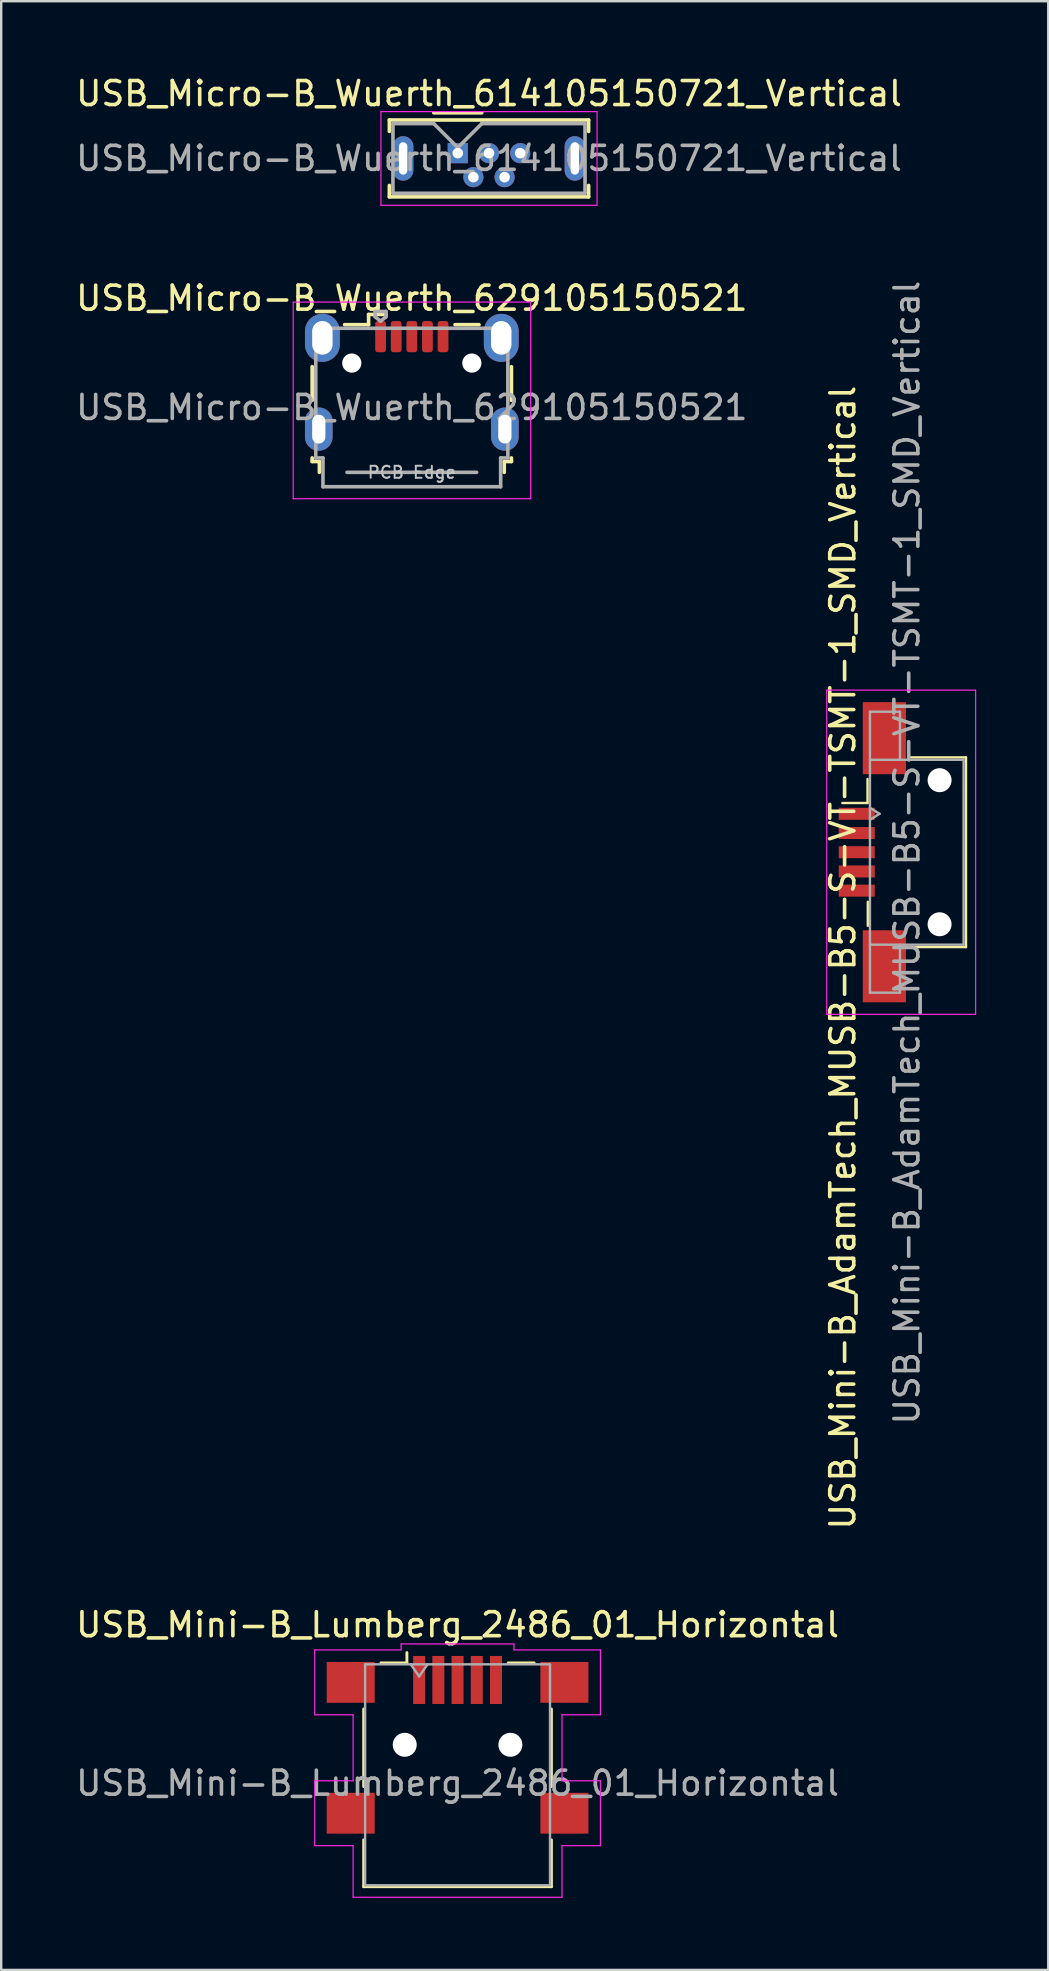
<source format=kicad_pcb>
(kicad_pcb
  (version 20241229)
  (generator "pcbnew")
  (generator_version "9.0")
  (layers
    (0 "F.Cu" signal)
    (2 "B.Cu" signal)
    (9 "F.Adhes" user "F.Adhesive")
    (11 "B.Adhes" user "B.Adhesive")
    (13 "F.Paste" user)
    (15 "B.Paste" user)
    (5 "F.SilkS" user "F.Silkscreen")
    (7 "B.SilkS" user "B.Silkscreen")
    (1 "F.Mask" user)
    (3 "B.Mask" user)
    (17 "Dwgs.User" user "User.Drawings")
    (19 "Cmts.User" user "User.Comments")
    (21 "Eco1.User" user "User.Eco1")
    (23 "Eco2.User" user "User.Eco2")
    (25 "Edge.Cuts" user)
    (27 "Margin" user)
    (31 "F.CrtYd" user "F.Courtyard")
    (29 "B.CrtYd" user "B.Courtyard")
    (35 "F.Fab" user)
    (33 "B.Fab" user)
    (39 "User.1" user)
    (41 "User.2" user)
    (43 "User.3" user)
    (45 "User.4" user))
  (footprint "USB_Mini-B_Lumberg_2486_01_Horizontal"
    (layer "F.Cu")
    (at 16.006 69.616)
    (property "Reference" "USB_Mini-B_Lumberg_2486_01_Horizontal" (at 0 -5 0) (layer "F.SilkS") (effects (font (size 1 1) (thickness 0.15))))
    (attr smd)
    (fp_line (start -3.91 1.74) (end -3.91 -1.49) (stroke (width 0.12) (type solid)) (layer "F.SilkS"))
    (fp_line (start -3.91 5.91) (end -3.91 3.96) (stroke (width 0.12) (type solid)) (layer "F.SilkS"))
    (fp_line (start -3.19 -3.41) (end -2.11 -3.41) (stroke (width 0.12) (type solid)) (layer "F.SilkS"))
    (fp_line (start -2.11 -3.41) (end -2.11 -3.84) (stroke (width 0.12) (type solid)) (layer "F.SilkS"))
    (fp_line (start 2.11 -3.41) (end 3.19 -3.41) (stroke (width 0.12) (type solid)) (layer "F.SilkS"))
    (fp_line (start 3.91 1.74) (end 3.91 -1.49) (stroke (width 0.12) (type solid)) (layer "F.SilkS"))
    (fp_line (start 3.91 5.91) (end -3.91 5.91) (stroke (width 0.12) (type solid)) (layer "F.SilkS"))
    (fp_line (start 3.91 5.91) (end 3.91 3.96) (stroke (width 0.12) (type solid)) (layer "F.SilkS"))
    (fp_line (start -5.95 -3.95) (end -5.95 -1.25) (stroke (width 0.05) (type solid)) (layer "F.CrtYd"))
    (fp_line (start -5.95 -3.95) (end -2.35 -3.95) (stroke (width 0.05) (type solid)) (layer "F.CrtYd"))
    (fp_line (start -5.95 1.5) (end -5.95 4.2) (stroke (width 0.05) (type solid)) (layer "F.CrtYd"))
    (fp_line (start -4.35 -1.25) (end -5.95 -1.25) (stroke (width 0.05) (type solid)) (layer "F.CrtYd"))
    (fp_line (start -4.35 -1.25) (end -4.35 1.5) (stroke (width 0.05) (type solid)) (layer "F.CrtYd"))
    (fp_line (start -4.35 1.5) (end -5.95 1.5) (stroke (width 0.05) (type solid)) (layer "F.CrtYd"))
    (fp_line (start -4.35 4.2) (end -5.95 4.2) (stroke (width 0.05) (type solid)) (layer "F.CrtYd"))
    (fp_line (start -4.35 6.35) (end -4.35 4.2) (stroke (width 0.05) (type solid)) (layer "F.CrtYd"))
    (fp_line (start -4.35 6.35) (end 4.35 6.35) (stroke (width 0.05) (type solid)) (layer "F.CrtYd"))
    (fp_line (start -2.35 -3.95) (end -2.35 -4.2) (stroke (width 0.05) (type solid)) (layer "F.CrtYd"))
    (fp_line (start 2.35 -4.2) (end -2.35 -4.2) (stroke (width 0.05) (type solid)) (layer "F.CrtYd"))
    (fp_line (start 2.35 -3.95) (end 2.35 -4.2) (stroke (width 0.05) (type solid)) (layer "F.CrtYd"))
    (fp_line (start 4.35 -1.25) (end 4.35 1.5) (stroke (width 0.05) (type solid)) (layer "F.CrtYd"))
    (fp_line (start 4.35 -1.25) (end 5.95 -1.25) (stroke (width 0.05) (type solid)) (layer "F.CrtYd"))
    (fp_line (start 4.35 1.5) (end 5.95 1.5) (stroke (width 0.05) (type solid)) (layer "F.CrtYd"))
    (fp_line (start 4.35 4.2) (end 5.95 4.2) (stroke (width 0.05) (type solid)) (layer "F.CrtYd"))
    (fp_line (start 4.35 6.35) (end 4.35 4.2) (stroke (width 0.05) (type solid)) (layer "F.CrtYd"))
    (fp_line (start 5.95 -3.95) (end 2.35 -3.95) (stroke (width 0.05) (type solid)) (layer "F.CrtYd"))
    (fp_line (start 5.95 -3.95) (end 5.95 -1.25) (stroke (width 0.05) (type solid)) (layer "F.CrtYd"))
    (fp_line (start 5.95 1.5) (end 5.95 4.2) (stroke (width 0.05) (type solid)) (layer "F.CrtYd"))
    (fp_line (start -3.85 -3.35) (end -3.85 5.85) (stroke (width 0.1) (type solid)) (layer "F.Fab"))
    (fp_line (start -3.85 -3.35) (end 3.85 -3.35) (stroke (width 0.1) (type solid)) (layer "F.Fab"))
    (fp_line (start -3.85 5.85) (end 3.85 5.85) (stroke (width 0.1) (type solid)) (layer "F.Fab"))
    (fp_line (start -1.95 -3.35) (end -1.6 -2.85) (stroke (width 0.1) (type solid)) (layer "F.Fab"))
    (fp_line (start -1.6 -2.85) (end -1.25 -3.35) (stroke (width 0.1) (type solid)) (layer "F.Fab"))
    (fp_line (start 3.85 5.85) (end 3.85 -3.35) (stroke (width 0.1) (type solid)) (layer "F.Fab"))
    (fp_text user "${REFERENCE}" (at 0 1.6 180) (layer "F.Fab") (effects (font (size 1 1) (thickness 0.15))))
    (pad "" np_thru_hole circle (at -2.2 0) (size 1 1) (drill 1) (layers "*.Cu" "*.Mask"))
    (pad "" np_thru_hole circle (at 2.2 0) (size 1 1) (drill 1) (layers "*.Cu" "*.Mask"))
    (pad "1" smd rect (at -1.6 -2.7) (size 0.5 2) (layers "F.Cu" "F.Mask" "F.Paste"))
    (pad "2" smd rect (at -0.8 -2.7) (size 0.5 2) (layers "F.Cu" "F.Mask" "F.Paste"))
    (pad "3" smd rect (at 0 -2.7) (size 0.5 2) (layers "F.Cu" "F.Mask" "F.Paste"))
    (pad "4" smd rect (at 0.8 -2.7) (size 0.5 2) (layers "F.Cu" "F.Mask" "F.Paste"))
    (pad "5" smd rect (at 1.6 -2.7) (size 0.5 2) (layers "F.Cu" "F.Mask" "F.Paste"))
    (pad "SH" smd rect (at -4.45 -2.6) (size 2 1.7) (layers "F.Cu" "F.Mask" "F.Paste"))
    (pad "SH" smd rect (at -4.45 2.85) (size 2 1.7) (layers "F.Cu" "F.Mask" "F.Paste"))
    (pad "SH" smd rect (at 4.45 -2.6) (size 2 1.7) (layers "F.Cu" "F.Mask" "F.Paste"))
    (pad "SH" smd rect (at 4.45 2.85) (size 2 1.7) (layers "F.Cu" "F.Mask" "F.Paste")))
  (footprint "USB_Mini-B_AdamTech_MUSB-B5-S-VT-TSMT-1_SMD_Vertical"
    (layer "F.Cu")
    (at 34.231 32.443)
    (property "Reference" "USB_Mini-B_AdamTech_MUSB-B5-S-VT-TSMT-1_SMD_Vertical" (at -2.18 4.39 90) (layer "F.SilkS") (effects (font (size 1 1) (thickness 0.15))))
    (attr smd)
    (fp_line (start -2.2 -2.05) (end -1.15 -2.05) (stroke (width 0.1) (type solid)) (layer "F.SilkS"))
    (fp_line (start -1.15 -2.05) (end -1.15 -3.05) (stroke (width 0.1) (type solid)) (layer "F.SilkS"))
    (fp_line (start -1.139 2.064) (end -1.139 3.064) (stroke (width 0.1) (type solid)) (layer "F.SilkS"))
    (fp_line (start 0.65 3.95) (end 2.95 3.95) (stroke (width 0.1) (type solid)) (layer "F.SilkS"))
    (fp_line (start 2.95 -3.95) (end 0.65 -3.95) (stroke (width 0.1) (type solid)) (layer "F.SilkS"))
    (fp_line (start 2.95 3.95) (end 2.95 -3.95) (stroke (width 0.1) (type solid)) (layer "F.SilkS"))
    (fp_line (start -2.85 -6.75) (end 3.35 -6.75) (stroke (width 0.05) (type solid)) (layer "F.CrtYd"))
    (fp_line (start -2.85 6.75) (end -2.85 -6.75) (stroke (width 0.05) (type solid)) (layer "F.CrtYd"))
    (fp_line (start 3.35 -6.75) (end 3.35 6.75) (stroke (width 0.05) (type solid)) (layer "F.CrtYd"))
    (fp_line (start 3.35 6.75) (end -2.85 6.75) (stroke (width 0.05) (type solid)) (layer "F.CrtYd"))
    (fp_line (start -1.05 -5.85) (end -1.05 5.85) (stroke (width 0.1) (type solid)) (layer "F.Fab"))
    (fp_line (start -1.05 -5.85) (end 0.2 -5.85) (stroke (width 0.1) (type solid)) (layer "F.Fab"))
    (fp_line (start -1.05 -1.85) (end -0.65 -1.6) (stroke (width 0.1) (type solid)) (layer "F.Fab"))
    (fp_line (start -1.05 3.85) (end 2.85 3.85) (stroke (width 0.1) (type solid)) (layer "F.Fab"))
    (fp_line (start -1.05 5.85) (end 0.2 5.85) (stroke (width 0.1) (type solid)) (layer "F.Fab"))
    (fp_line (start -0.65 -1.6) (end -1.05 -1.35) (stroke (width 0.1) (type solid)) (layer "F.Fab"))
    (fp_line (start 0.2 -5.85) (end 0.2 -3.85) (stroke (width 0.1) (type solid)) (layer "F.Fab"))
    (fp_line (start 0.2 5.85) (end 0.2 3.85) (stroke (width 0.1) (type solid)) (layer "F.Fab"))
    (fp_line (start 2.85 -3.85) (end -1.05 -3.85) (stroke (width 0.1) (type solid)) (layer "F.Fab"))
    (fp_line (start 2.85 3.85) (end 2.85 -3.85) (stroke (width 0.1) (type solid)) (layer "F.Fab"))
    (fp_text user "${REFERENCE}" (at 0.49 0.015 90) (layer "F.Fab") (effects (font (size 1 1) (thickness 0.15))))
    (pad "" np_thru_hole circle (at 1.85 -3 90) (size 1 1) (drill 1) (layers "*.Cu" "*.Mask"))
    (pad "" np_thru_hole circle (at 1.85 3 90) (size 1 1) (drill 1) (layers "*.Cu" "*.Mask"))
    (pad "1" smd rect (at -1.6 -1.6 90) (size 0.5 1.5) (layers "F.Cu" "F.Mask" "F.Paste"))
    (pad "2" smd rect (at -1.6 -0.8 90) (size 0.5 1.5) (layers "F.Cu" "F.Mask" "F.Paste"))
    (pad "3" smd rect (at -1.6 0 90) (size 0.5 1.5) (layers "F.Cu" "F.Mask" "F.Paste"))
    (pad "4" smd rect (at -1.6 0.8 90) (size 0.5 1.5) (layers "F.Cu" "F.Mask" "F.Paste"))
    (pad "5" smd rect (at -1.6 1.6 90) (size 0.5 1.5) (layers "F.Cu" "F.Mask" "F.Paste"))
    (pad "SH" smd rect (at -0.45 -4.75 90) (size 3 1.8) (layers "F.Cu" "F.Mask" "F.Paste"))
    (pad "SH" smd rect (at -0.45 4.75 90) (size 3 1.8) (layers "F.Cu" "F.Mask" "F.Paste")))
  (footprint "USB_Micro-B_Wuerth_629105150521"
    (layer "F.Cu")
    (at 14.101 12.871)
    (property "Reference" "USB_Micro-B_Wuerth_629105150521" (at 0 -3.5 0) (layer "F.SilkS") (effects (font (size 1 1) (thickness 0.15))))
    (attr smd)
    (fp_line (start -4.15 -0.65) (end -4.15 0.75) (stroke (width 0.15) (type solid)) (layer "F.SilkS"))
    (fp_line (start -4.15 3.15) (end -4.15 3.3) (stroke (width 0.15) (type solid)) (layer "F.SilkS"))
    (fp_line (start -4.15 3.3) (end -3.85 3.3) (stroke (width 0.15) (type solid)) (layer "F.SilkS"))
    (fp_line (start -3.85 3.3) (end -3.85 3.75) (stroke (width 0.15) (type solid)) (layer "F.SilkS"))
    (fp_line (start -1.8 -2.825) (end -1.8 -2.4) (stroke (width 0.15) (type solid)) (layer "F.SilkS"))
    (fp_line (start -1.8 -2.4) (end -2.8 -2.4) (stroke (width 0.15) (type solid)) (layer "F.SilkS"))
    (fp_line (start -1.075 -2.825) (end -1.8 -2.825) (stroke (width 0.15) (type solid)) (layer "F.SilkS"))
    (fp_line (start 1.8 -2.4) (end 2.8 -2.4) (stroke (width 0.15) (type solid)) (layer "F.SilkS"))
    (fp_line (start 3.85 3.3) (end 4.15 3.3) (stroke (width 0.15) (type solid)) (layer "F.SilkS"))
    (fp_line (start 3.85 3.75) (end 3.85 3.3) (stroke (width 0.15) (type solid)) (layer "F.SilkS"))
    (fp_line (start 4.15 0.75) (end 4.15 -0.65) (stroke (width 0.15) (type solid)) (layer "F.SilkS"))
    (fp_line (start 4.15 3.3) (end 4.15 3.15) (stroke (width 0.15) (type solid)) (layer "F.SilkS"))
    (fp_line (start -4.94 -3.34) (end -4.94 4.85) (stroke (width 0.05) (type solid)) (layer "F.CrtYd"))
    (fp_line (start -4.94 4.85) (end 4.95 4.85) (stroke (width 0.05) (type solid)) (layer "F.CrtYd"))
    (fp_line (start 4.95 -3.34) (end -4.94 -3.34) (stroke (width 0.05) (type solid)) (layer "F.CrtYd"))
    (fp_line (start 4.95 4.85) (end 4.95 -3.34) (stroke (width 0.05) (type solid)) (layer "F.CrtYd"))
    (fp_line (start -4 -2.25) (end -4 3.15) (stroke (width 0.15) (type solid)) (layer "F.Fab"))
    (fp_line (start -4 3.15) (end -3.7 3.15) (stroke (width 0.15) (type solid)) (layer "F.Fab"))
    (fp_line (start -3.7 3.15) (end -3.7 4.35) (stroke (width 0.15) (type solid)) (layer "F.Fab"))
    (fp_line (start -3.7 4.35) (end 3.7 4.35) (stroke (width 0.15) (type solid)) (layer "F.Fab"))
    (fp_line (start -2.7 3.75) (end 2.7 3.75) (stroke (width 0.15) (type solid)) (layer "F.Fab"))
    (fp_line (start -1.525 -2.95) (end -1.075 -2.95) (stroke (width 0.15) (type solid)) (layer "F.Fab"))
    (fp_line (start -1.525 -2.725) (end -1.525 -2.95) (stroke (width 0.15) (type solid)) (layer "F.Fab"))
    (fp_line (start -1.3 -2.55) (end -1.525 -2.725) (stroke (width 0.15) (type solid)) (layer "F.Fab"))
    (fp_line (start -1.075 -2.95) (end -1.075 -2.725) (stroke (width 0.15) (type solid)) (layer "F.Fab"))
    (fp_line (start -1.075 -2.725) (end -1.3 -2.55) (stroke (width 0.15) (type solid)) (layer "F.Fab"))
    (fp_line (start 3.7 3.15) (end 4 3.15) (stroke (width 0.15) (type solid)) (layer "F.Fab"))
    (fp_line (start 3.7 4.35) (end 3.7 3.15) (stroke (width 0.15) (type solid)) (layer "F.Fab"))
    (fp_line (start 4 -2.25) (end -4 -2.25) (stroke (width 0.15) (type solid)) (layer "F.Fab"))
    (fp_line (start 4 3.15) (end 4 -2.25) (stroke (width 0.15) (type solid)) (layer "F.Fab"))
    (fp_text user "PCB Edge" (at 0 3.75 0) (layer "Dwgs.User") (effects (font (size 0.5 0.5) (thickness 0.08))))
    (fp_text user "${REFERENCE}" (at 0 1.05 0) (layer "F.Fab") (effects (font (size 1 1) (thickness 0.15))))
    (pad "" np_thru_hole oval (at -2.5 -0.8) (size 0.8 0.8) (drill 0.8) (layers "*.Cu" "*.Mask"))
    (pad "" np_thru_hole oval (at 2.5 -0.8) (size 0.8 0.8) (drill 0.8) (layers "*.Cu" "*.Mask"))
    (pad "1" smd roundrect (at -1.3 -1.9) (size 0.45 1.3) (layers "F.Cu" "F.Mask" "F.Paste") (roundrect_rratio 0.25))
    (pad "2" smd roundrect (at -0.65 -1.9) (size 0.45 1.3) (layers "F.Cu" "F.Mask" "F.Paste") (roundrect_rratio 0.25))
    (pad "3" smd roundrect (at 0 -1.9) (size 0.45 1.3) (layers "F.Cu" "F.Mask" "F.Paste") (roundrect_rratio 0.25))
    (pad "4" smd roundrect (at 0.65 -1.9) (size 0.45 1.3) (layers "F.Cu" "F.Mask" "F.Paste") (roundrect_rratio 0.25))
    (pad "5" smd roundrect (at 1.3 -1.9) (size 0.45 1.3) (layers "F.Cu" "F.Mask" "F.Paste") (roundrect_rratio 0.25))
    (pad "SH" thru_hole oval (at -3.875 1.95) (size 1.15 1.8) (drill oval 0.55 1.2) (property pad_prop_mechanical) (layers "*.Cu" "*.Mask"))
    (pad "SH" thru_hole oval (at -3.725 -1.85) (size 1.45 2) (drill oval 0.85 1.4) (property pad_prop_mechanical) (layers "*.Cu" "*.Mask"))
    (pad "SH" thru_hole oval (at 3.725 -1.85) (size 1.45 2) (drill oval 0.85 1.4) (property pad_prop_mechanical) (layers "*.Cu" "*.Mask"))
    (pad "SH" thru_hole oval (at 3.875 1.95) (size 1.15 1.8) (drill oval 0.55 1.2) (property pad_prop_mechanical) (layers "*.Cu" "*.Mask")))
  (footprint "USB_Micro-B_Wuerth_614105150721_Vertical"
    (layer "F.Cu")
    (at 16.015 3.328)
    (property "Reference" "USB_Micro-B_Wuerth_614105150721_Vertical" (at 1.3 -2.48 0) (layer "F.SilkS") (effects (font (size 1 1) (thickness 0.15))))
    (attr through_hole)
    (fp_line (start -2.85 -1.38) (end 5.45 -1.38) (stroke (width 0.15) (type solid)) (layer "F.SilkS"))
    (fp_line (start -2.85 -0.905) (end -2.85 -1.38) (stroke (width 0.15) (type solid)) (layer "F.SilkS"))
    (fp_line (start -2.85 1.345) (end -2.85 1.82) (stroke (width 0.15) (type solid)) (layer "F.SilkS"))
    (fp_line (start -2.85 1.82) (end 5.45 1.82) (stroke (width 0.15) (type solid)) (layer "F.SilkS"))
    (fp_line (start -1 -1.68) (end 1 -1.68) (stroke (width 0.15) (type solid)) (layer "F.SilkS"))
    (fp_line (start 5.45 -1.38) (end 5.45 -0.905) (stroke (width 0.15) (type solid)) (layer "F.SilkS"))
    (fp_line (start 5.45 1.82) (end 5.45 1.345) (stroke (width 0.15) (type solid)) (layer "F.SilkS"))
    (fp_line (start -3.2 -1.73) (end -3.2 2.17) (stroke (width 0.05) (type solid)) (layer "F.CrtYd"))
    (fp_line (start -3.2 2.17) (end 5.8 2.17) (stroke (width 0.05) (type solid)) (layer "F.CrtYd"))
    (fp_line (start 5.8 -1.73) (end -3.2 -1.73) (stroke (width 0.05) (type solid)) (layer "F.CrtYd"))
    (fp_line (start 5.8 2.17) (end 5.8 -1.73) (stroke (width 0.05) (type solid)) (layer "F.CrtYd"))
    (fp_line (start -2.7 -1.23) (end -1 -1.23) (stroke (width 0.15) (type solid)) (layer "F.Fab"))
    (fp_line (start -2.7 1.67) (end -2.7 -1.23) (stroke (width 0.15) (type solid)) (layer "F.Fab"))
    (fp_line (start -1 -1.23) (end 0 -0.23) (stroke (width 0.15) (type solid)) (layer "F.Fab"))
    (fp_line (start 0 -0.23) (end 1 -1.23) (stroke (width 0.15) (type solid)) (layer "F.Fab"))
    (fp_line (start 1 -1.23) (end 5.3 -1.23) (stroke (width 0.15) (type solid)) (layer "F.Fab"))
    (fp_line (start 5.3 -1.23) (end 5.3 1.67) (stroke (width 0.15) (type solid)) (layer "F.Fab"))
    (fp_line (start 5.3 1.67) (end -2.7 1.67) (stroke (width 0.15) (type solid)) (layer "F.Fab"))
    (fp_text user "${REFERENCE}" (at 1.3 0.22 0) (layer "F.Fab") (effects (font (size 1 1) (thickness 0.15))))
    (pad "1" thru_hole rect (at 0 0) (size 0.84 0.84) (drill 0.44) (layers "*.Cu" "*.Mask"))
    (pad "2" thru_hole circle (at 0.65 1) (size 0.84 0.84) (drill 0.44) (layers "*.Cu" "*.Mask"))
    (pad "3" thru_hole circle (at 1.3 0) (size 0.84 0.84) (drill 0.44) (layers "*.Cu" "*.Mask"))
    (pad "4" thru_hole circle (at 1.95 1) (size 0.84 0.84) (drill 0.44) (layers "*.Cu" "*.Mask"))
    (pad "5" thru_hole circle (at 2.6 0) (size 0.84 0.84) (drill 0.44) (layers "*.Cu" "*.Mask"))
    (pad "SH" thru_hole oval (at -2.275 0.22) (size 0.85 1.85) (drill oval 0.35 1.35) (layers "*.Cu" "*.Mask"))
    (pad "SH" thru_hole oval (at 4.875 0.22) (size 0.85 1.85) (drill oval 0.35 1.35) (layers "*.Cu" "*.Mask")))
  (gr_rect
    (start -3 -3)
    (end 40.606 78.991)
    (stroke (width 0.1) (type default))
    (fill no)
    (layer "Edge.Cuts")))
</source>
